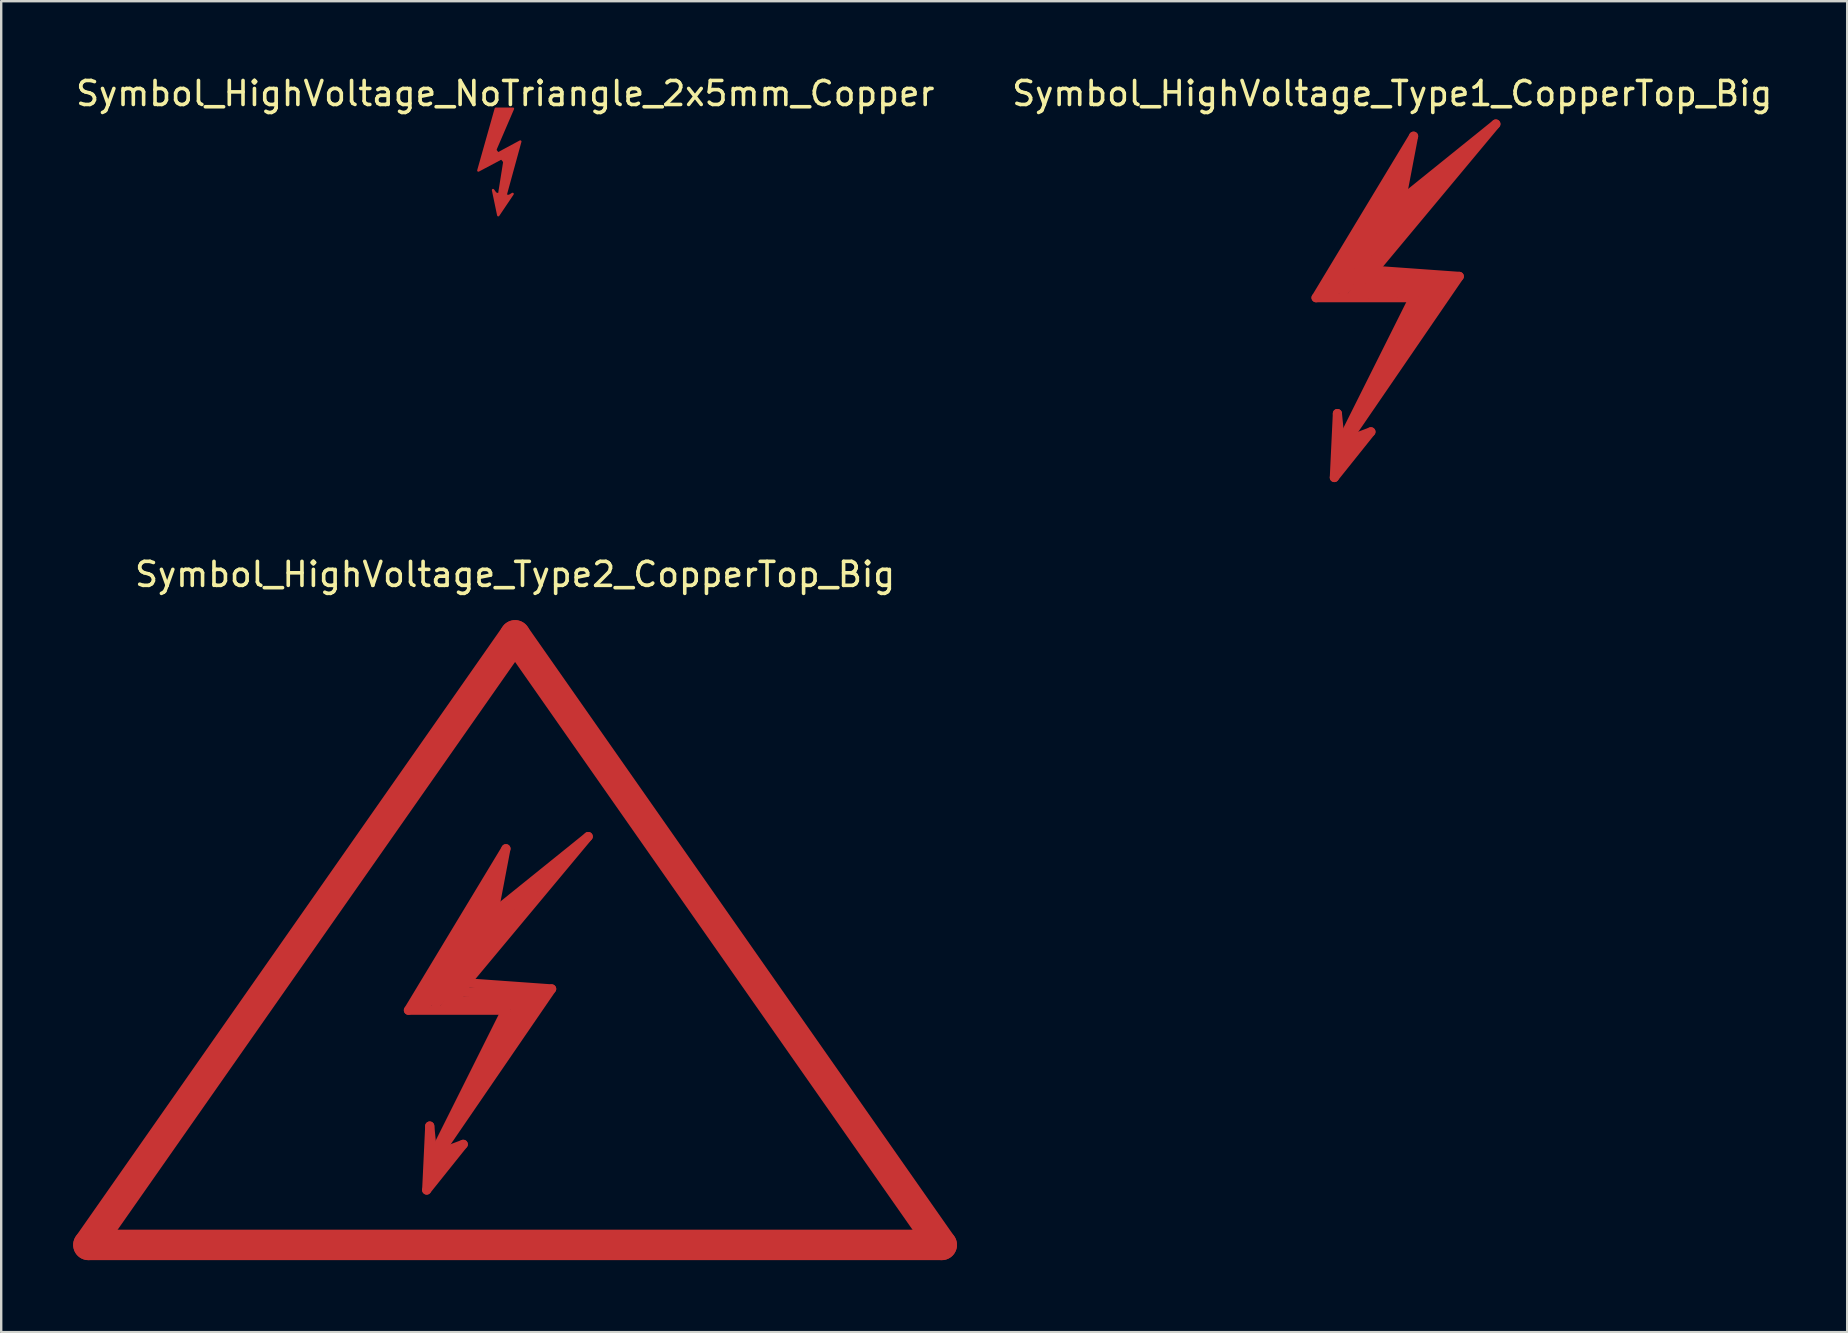
<source format=kicad_pcb>
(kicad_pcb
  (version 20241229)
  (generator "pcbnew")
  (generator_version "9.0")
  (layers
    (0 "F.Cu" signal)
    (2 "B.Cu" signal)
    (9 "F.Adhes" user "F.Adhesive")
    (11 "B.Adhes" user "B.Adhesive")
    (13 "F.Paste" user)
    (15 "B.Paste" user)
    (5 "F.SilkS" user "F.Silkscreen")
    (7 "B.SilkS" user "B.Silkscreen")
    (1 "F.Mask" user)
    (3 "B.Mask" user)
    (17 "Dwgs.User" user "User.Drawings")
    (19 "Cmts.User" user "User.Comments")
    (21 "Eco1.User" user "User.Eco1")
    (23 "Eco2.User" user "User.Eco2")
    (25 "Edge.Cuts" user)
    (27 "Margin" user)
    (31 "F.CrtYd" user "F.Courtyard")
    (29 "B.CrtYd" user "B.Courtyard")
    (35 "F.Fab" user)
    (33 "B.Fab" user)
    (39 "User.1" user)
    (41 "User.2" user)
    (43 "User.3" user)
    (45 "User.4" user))
  (footprint "Symbol_HighVoltage_NoTriangle_2x5mm_Copper"
    (layer "F.Cu")
    (at 18.006 3.848)
    (property "Reference" "Symbol_HighVoltage_NoTriangle_2x5mm_Copper" (at 0 -3 0) (layer "F.SilkS") (effects (font (size 1 1) (thickness 0.15))))
    (attr exclude_from_pos_files exclude_from_bom)
    (fp_line (start -0.49 -0.65) (end -0.29 -0.4) (stroke (width 0.2) (type default)) (layer "F.Cu"))
    (fp_line (start -0.38 1.23) (end 0.13 1.32) (stroke (width 0.2) (type default)) (layer "F.Cu"))
    (fp_line (start -0.17 -0.405) (end 0.03 -0.155) (stroke (width 0.2) (type default)) (layer "F.Cu"))
    (fp_poly (pts (xy -0.538 -0.374) (xy 0.626 -1) (xy -0.029 1.387) (xy 0.306 1.183) (xy -0.291 2.07) (xy -0.509 1.023) (xy -0.276 1.343) (xy 0 -0.389) (xy -1.121 0.208) (xy -0.393 -2.368) (xy 0.32 -2.368)) (stroke (width 0.1) (type solid)) (fill yes) (layer "F.Cu")))
  (footprint "Symbol_HighVoltage_Type2_CopperTop_Big"
    (layer "F.Cu")
    (at 18.415 38.669)
    (property "Reference" "Symbol_HighVoltage_Type2_CopperTop_Big" (at 0 -17.78 0) (layer "F.SilkS") (effects (font (size 1 1) (thickness 0.15))))
    (attr exclude_from_pos_files exclude_from_bom)
    (fp_line (start -17.78 10.16) (end 0 -15.24) (stroke (width 1.27) (type solid)) (layer "F.Cu"))
    (fp_line (start -4.445 0.381) (end -0.381 0.381) (stroke (width 0.381) (type solid)) (layer "F.Cu"))
    (fp_line (start -4.064 0.254) (end -0.889 -4.318) (stroke (width 0.381) (type solid)) (layer "F.Cu"))
    (fp_line (start -3.683 0.127) (end -1.016 -3.556) (stroke (width 0.381) (type solid)) (layer "F.Cu"))
    (fp_line (start -3.683 7.874) (end -2.159 5.969) (stroke (width 0.381) (type solid)) (layer "F.Cu"))
    (fp_line (start -3.556 5.207) (end -3.683 7.874) (stroke (width 0.381) (type solid)) (layer "F.Cu"))
    (fp_line (start -3.556 7.239) (end -3.175 6.35) (stroke (width 0.381) (type solid)) (layer "F.Cu"))
    (fp_line (start -3.429 6.477) (end -3.556 5.207) (stroke (width 0.381) (type solid)) (layer "F.Cu"))
    (fp_line (start -3.302 0.127) (end 1.397 -5.207) (stroke (width 0.381) (type solid)) (layer "F.Cu"))
    (fp_line (start -3.175 6.096) (end -3.048 6.223) (stroke (width 0.381) (type solid)) (layer "F.Cu"))
    (fp_line (start -3.175 6.35) (end -3.048 5.969) (stroke (width 0.381) (type solid)) (layer "F.Cu"))
    (fp_line (start -3.175 6.35) (end 1.524 -0.508) (stroke (width 0.381) (type solid)) (layer "F.Cu"))
    (fp_line (start -3.048 5.969) (end -3.175 6.096) (stroke (width 0.381) (type solid)) (layer "F.Cu"))
    (fp_line (start -2.921 0.254) (end 0.762 0.127) (stroke (width 0.381) (type solid)) (layer "F.Cu"))
    (fp_line (start -2.794 6.477) (end -3.556 7.239) (stroke (width 0.381) (type solid)) (layer "F.Cu"))
    (fp_line (start -2.667 5.461) (end 0.127 0.127) (stroke (width 0.381) (type solid)) (layer "F.Cu"))
    (fp_line (start -2.413 0) (end 0.635 -0.127) (stroke (width 0.381) (type solid)) (layer "F.Cu"))
    (fp_line (start -2.286 -1.524) (end 0.254 -4.445) (stroke (width 0.381) (type solid)) (layer "F.Cu"))
    (fp_line (start -2.286 -1.016) (end -2.032 -0.381) (stroke (width 0.381) (type solid)) (layer "F.Cu"))
    (fp_line (start -2.286 -0.381) (end -2.413 0) (stroke (width 0.381) (type solid)) (layer "F.Cu"))
    (fp_line (start -2.159 5.969) (end -3.175 6.35) (stroke (width 0.381) (type solid)) (layer "F.Cu"))
    (fp_line (start -2.032 -0.762) (end 3.048 -6.858) (stroke (width 0.381) (type solid)) (layer "F.Cu"))
    (fp_line (start -1.016 -3.556) (end -3.302 0.127) (stroke (width 0.381) (type solid)) (layer "F.Cu"))
    (fp_line (start -0.889 -4.318) (end -3.683 0.127) (stroke (width 0.381) (type solid)) (layer "F.Cu"))
    (fp_line (start -0.889 -3.683) (end -0.381 -6.35) (stroke (width 0.381) (type solid)) (layer "F.Cu"))
    (fp_line (start -0.762 -5.588) (end -0.889 -4.953) (stroke (width 0.381) (type solid)) (layer "F.Cu"))
    (fp_line (start -0.762 -5.08) (end -4.064 0.254) (stroke (width 0.381) (type solid)) (layer "F.Cu"))
    (fp_line (start -0.381 -6.35) (end -4.445 0.381) (stroke (width 0.381) (type solid)) (layer "F.Cu"))
    (fp_line (start -0.381 0.381) (end -3.429 6.477) (stroke (width 0.381) (type solid)) (layer "F.Cu"))
    (fp_line (start 0 -15.24) (end 17.78 10.16) (stroke (width 1.27) (type solid)) (layer "F.Cu"))
    (fp_line (start 0.127 0.127) (end 0.762 0.127) (stroke (width 0.381) (type solid)) (layer "F.Cu"))
    (fp_line (start 0.254 -4.445) (end -2.921 0.254) (stroke (width 0.381) (type solid)) (layer "F.Cu"))
    (fp_line (start 0.635 -0.127) (end -2.667 5.461) (stroke (width 0.381) (type solid)) (layer "F.Cu"))
    (fp_line (start 0.762 0.127) (end -0.508 2.159) (stroke (width 0.381) (type solid)) (layer "F.Cu"))
    (fp_line (start 0.762 0.127) (end 1.143 -0.381) (stroke (width 0.381) (type solid)) (layer "F.Cu"))
    (fp_line (start 1.143 -0.381) (end -2.286 -0.381) (stroke (width 0.381) (type solid)) (layer "F.Cu"))
    (fp_line (start 1.397 -5.207) (end -2.286 -1.524) (stroke (width 0.381) (type solid)) (layer "F.Cu"))
    (fp_line (start 1.524 -0.508) (end -2.032 -0.762) (stroke (width 0.381) (type solid)) (layer "F.Cu"))
    (fp_line (start 1.778 -5.461) (end -1.143 -3.175) (stroke (width 0.381) (type solid)) (layer "F.Cu"))
    (fp_line (start 3.048 -6.858) (end -0.889 -3.683) (stroke (width 0.381) (type solid)) (layer "F.Cu"))
    (fp_line (start 17.78 10.16) (end -17.78 10.16) (stroke (width 1.27) (type solid)) (layer "F.Cu")))
  (footprint "Symbol_HighVoltage_Type1_CopperTop_Big"
    (layer "F.Cu")
    (at 54.97 8.976)
    (property "Reference" "Symbol_HighVoltage_Type1_CopperTop_Big" (at 0 -8.128 0) (layer "F.SilkS") (effects (font (size 1 1) (thickness 0.15))))
    (attr exclude_from_pos_files exclude_from_bom)
    (fp_line (start -3.175 0.381) (end 0.889 0.381) (stroke (width 0.381) (type solid)) (layer "F.Cu"))
    (fp_line (start -2.794 0.254) (end 0.381 -4.318) (stroke (width 0.381) (type solid)) (layer "F.Cu"))
    (fp_line (start -2.413 0.127) (end 0.254 -3.556) (stroke (width 0.381) (type solid)) (layer "F.Cu"))
    (fp_line (start -2.413 7.874) (end -0.889 5.969) (stroke (width 0.381) (type solid)) (layer "F.Cu"))
    (fp_line (start -2.286 5.207) (end -2.413 7.874) (stroke (width 0.381) (type solid)) (layer "F.Cu"))
    (fp_line (start -2.286 7.239) (end -1.905 6.35) (stroke (width 0.381) (type solid)) (layer "F.Cu"))
    (fp_line (start -2.159 6.477) (end -2.286 5.207) (stroke (width 0.381) (type solid)) (layer "F.Cu"))
    (fp_line (start -2.032 0.127) (end 2.667 -5.207) (stroke (width 0.381) (type solid)) (layer "F.Cu"))
    (fp_line (start -1.905 6.096) (end -1.778 6.223) (stroke (width 0.381) (type solid)) (layer "F.Cu"))
    (fp_line (start -1.905 6.35) (end -1.778 5.969) (stroke (width 0.381) (type solid)) (layer "F.Cu"))
    (fp_line (start -1.905 6.35) (end 2.794 -0.508) (stroke (width 0.381) (type solid)) (layer "F.Cu"))
    (fp_line (start -1.778 5.969) (end -1.905 6.096) (stroke (width 0.381) (type solid)) (layer "F.Cu"))
    (fp_line (start -1.651 0.254) (end 2.032 0.127) (stroke (width 0.381) (type solid)) (layer "F.Cu"))
    (fp_line (start -1.524 6.477) (end -2.286 7.239) (stroke (width 0.381) (type solid)) (layer "F.Cu"))
    (fp_line (start -1.397 5.461) (end 1.397 0.127) (stroke (width 0.381) (type solid)) (layer "F.Cu"))
    (fp_line (start -1.143 0) (end 1.905 -0.127) (stroke (width 0.381) (type solid)) (layer "F.Cu"))
    (fp_line (start -1.016 -1.524) (end 1.524 -4.445) (stroke (width 0.381) (type solid)) (layer "F.Cu"))
    (fp_line (start -1.016 -1.016) (end -0.762 -0.381) (stroke (width 0.381) (type solid)) (layer "F.Cu"))
    (fp_line (start -1.016 -0.381) (end -1.143 0) (stroke (width 0.381) (type solid)) (layer "F.Cu"))
    (fp_line (start -0.889 5.969) (end -1.905 6.35) (stroke (width 0.381) (type solid)) (layer "F.Cu"))
    (fp_line (start -0.762 -0.762) (end 4.318 -6.858) (stroke (width 0.381) (type solid)) (layer "F.Cu"))
    (fp_line (start 0.254 -3.556) (end -2.032 0.127) (stroke (width 0.381) (type solid)) (layer "F.Cu"))
    (fp_line (start 0.381 -4.318) (end -2.413 0.127) (stroke (width 0.381) (type solid)) (layer "F.Cu"))
    (fp_line (start 0.381 -3.683) (end 0.889 -6.35) (stroke (width 0.381) (type solid)) (layer "F.Cu"))
    (fp_line (start 0.508 -5.588) (end 0.381 -4.953) (stroke (width 0.381) (type solid)) (layer "F.Cu"))
    (fp_line (start 0.508 -5.08) (end -2.794 0.254) (stroke (width 0.381) (type solid)) (layer "F.Cu"))
    (fp_line (start 0.889 -6.35) (end -3.175 0.381) (stroke (width 0.381) (type solid)) (layer "F.Cu"))
    (fp_line (start 0.889 0.381) (end -2.159 6.477) (stroke (width 0.381) (type solid)) (layer "F.Cu"))
    (fp_line (start 1.397 0.127) (end 2.032 0.127) (stroke (width 0.381) (type solid)) (layer "F.Cu"))
    (fp_line (start 1.524 -4.445) (end -1.651 0.254) (stroke (width 0.381) (type solid)) (layer "F.Cu"))
    (fp_line (start 1.905 -0.127) (end -1.397 5.461) (stroke (width 0.381) (type solid)) (layer "F.Cu"))
    (fp_line (start 2.032 0.127) (end 0.762 2.159) (stroke (width 0.381) (type solid)) (layer "F.Cu"))
    (fp_line (start 2.032 0.127) (end 2.413 -0.381) (stroke (width 0.381) (type solid)) (layer "F.Cu"))
    (fp_line (start 2.413 -0.381) (end -1.016 -0.381) (stroke (width 0.381) (type solid)) (layer "F.Cu"))
    (fp_line (start 2.667 -5.207) (end -1.016 -1.524) (stroke (width 0.381) (type solid)) (layer "F.Cu"))
    (fp_line (start 2.794 -0.508) (end -0.762 -0.762) (stroke (width 0.381) (type solid)) (layer "F.Cu"))
    (fp_line (start 3.048 -5.461) (end 0.127 -3.175) (stroke (width 0.381) (type solid)) (layer "F.Cu"))
    (fp_line (start 4.318 -6.858) (end 0.381 -3.683) (stroke (width 0.381) (type solid)) (layer "F.Cu")))
  (gr_rect
    (start -3 -3)
    (end 73.929 52.464)
    (stroke (width 0.1) (type default))
    (fill no)
    (layer "Edge.Cuts")))
</source>
